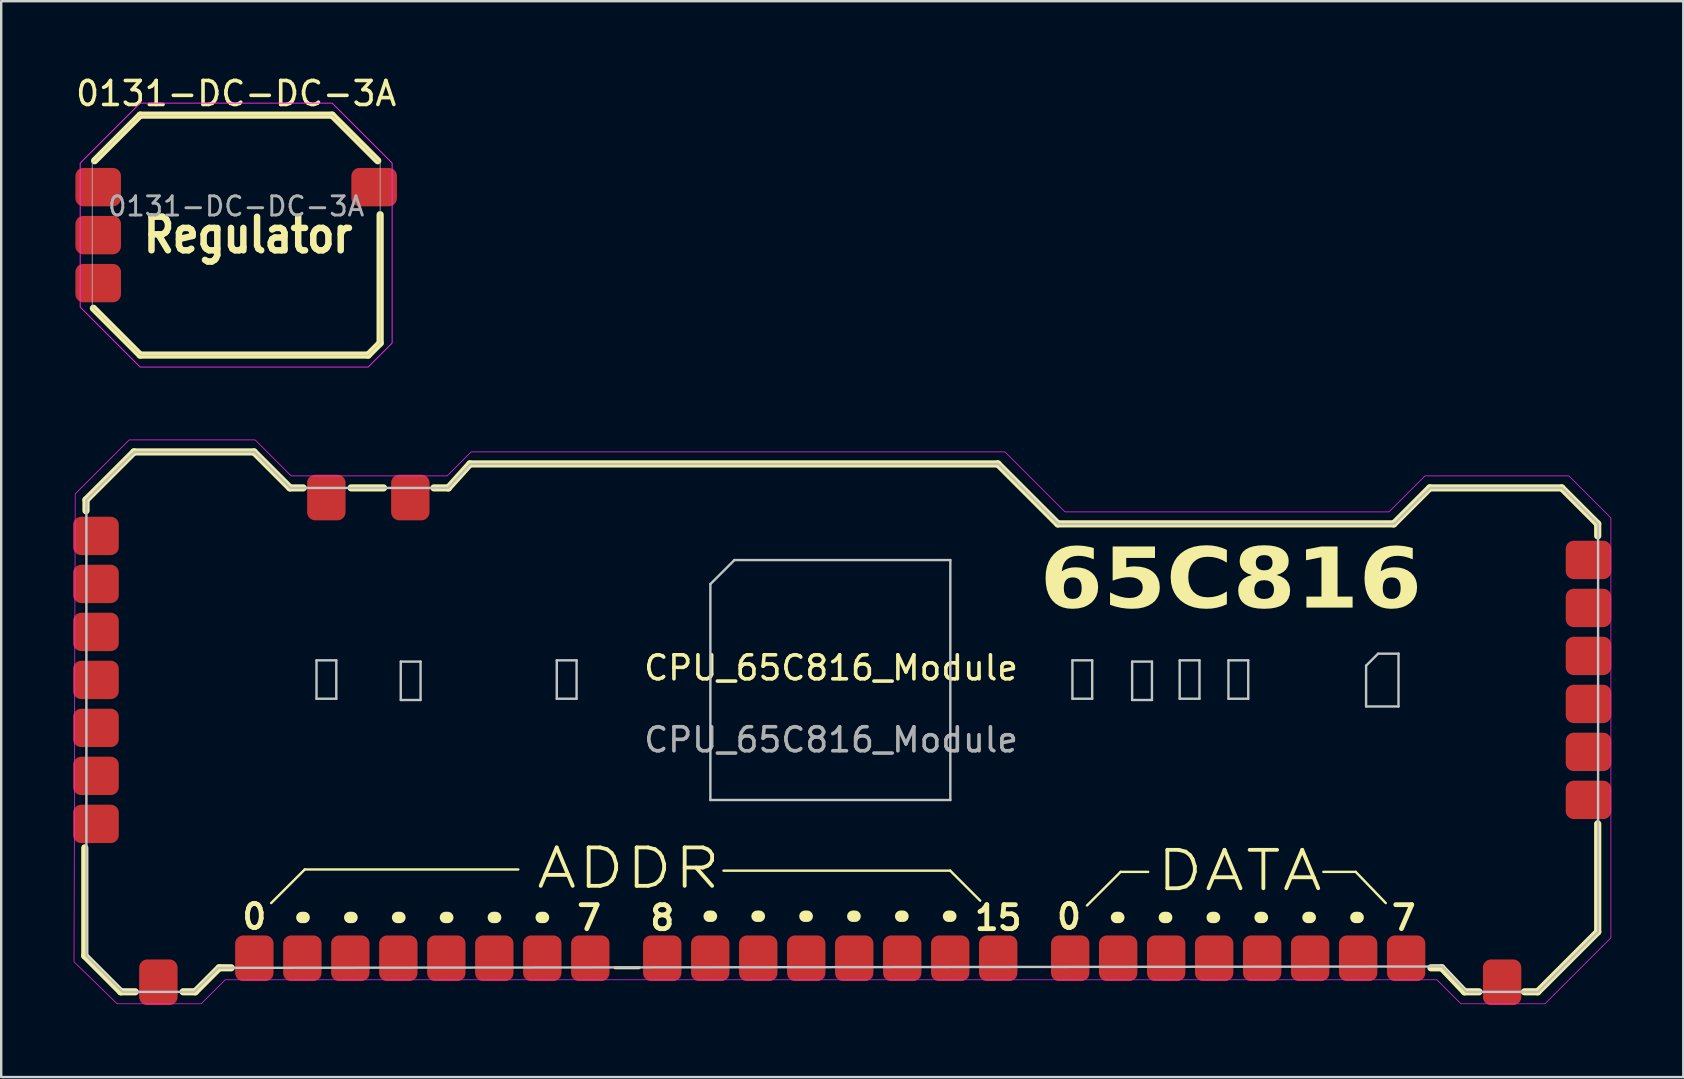
<source format=kicad_pcb>
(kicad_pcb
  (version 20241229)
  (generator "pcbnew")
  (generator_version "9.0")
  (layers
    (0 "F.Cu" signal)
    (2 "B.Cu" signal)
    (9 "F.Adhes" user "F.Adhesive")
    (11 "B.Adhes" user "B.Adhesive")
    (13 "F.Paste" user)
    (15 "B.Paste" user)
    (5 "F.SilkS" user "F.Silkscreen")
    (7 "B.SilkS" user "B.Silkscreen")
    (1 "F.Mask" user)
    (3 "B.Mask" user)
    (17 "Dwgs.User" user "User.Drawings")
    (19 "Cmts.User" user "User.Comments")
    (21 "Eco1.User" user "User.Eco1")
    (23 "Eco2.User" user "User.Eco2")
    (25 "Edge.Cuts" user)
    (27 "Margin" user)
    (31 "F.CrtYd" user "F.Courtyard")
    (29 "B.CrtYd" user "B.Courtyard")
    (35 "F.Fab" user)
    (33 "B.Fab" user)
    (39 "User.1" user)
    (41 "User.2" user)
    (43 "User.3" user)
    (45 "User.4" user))
  (footprint "0131-DC-DC-3A"
    (layer "F.Cu")
    (at 6.792 6.748)
    (property "Reference" "0131-DC-DC-3A" (at 0 -5.9 0) (unlocked yes) (layer "F.SilkS") (effects (font (size 1 1) (thickness 0.15))))
    (attr smd)
    (fp_line (start -5.95 3.05) (end -4 5) (stroke (width 0.3) (type default)) (layer "F.SilkS"))
    (fp_line (start -5.9 -3.1) (end -4 -5) (stroke (width 0.3) (type default)) (layer "F.SilkS"))
    (fp_line (start -4 -5) (end 4 -5) (stroke (width 0.3) (type default)) (layer "F.SilkS"))
    (fp_line (start -4 5) (end 5.5 5) (stroke (width 0.3) (type default)) (layer "F.SilkS"))
    (fp_line (start 4 -5) (end 5.9 -3.1) (stroke (width 0.3) (type default)) (layer "F.SilkS"))
    (fp_line (start 5.5 5) (end 6 4.5) (stroke (width 0.3) (type default)) (layer "F.SilkS"))
    (fp_line (start 6 4.5) (end 6 -0.85) (stroke (width 0.3) (type default)) (layer "F.SilkS"))
    (fp_poly (pts (xy -6 -3) (xy -4 -5) (xy 4 -5) (xy 6 -3) (xy 6 4.5) (xy 5.5 5) (xy -4 5) (xy -6 3)) (stroke (width 0.03) (type solid)) (fill no) (layer "Dwgs.User"))
    (fp_poly (pts (xy -4 -5.5) (xy 4 -5.5) (xy 6.5 -3) (xy 6.5 4.5) (xy 5.5 5.5) (xy -4 5.5) (xy -6.5 3) (xy -6.5 -3)) (stroke (width 0.04) (type solid)) (fill no) (layer "F.CrtYd"))
    (fp_text user "Regulator" (at 0.5 0 0) (unlocked yes) (layer "F.SilkS") (effects (font (size 1.4 1.2) (thickness 0.27) (bold yes))))
    (fp_text user "${REFERENCE}" (at 0 -1.2 0) (unlocked yes) (layer "F.Fab") (effects (font (size 0.8 0.8) (thickness 0.12))))
    (pad "1" smd roundrect (at -6 -2 180) (size 1.9 1.6) (drill (offset -0.25 0)) (layers "F.Cu" "F.Mask" "F.Paste") (roundrect_rratio 0.208))
    (pad "2" smd roundrect (at -6 0 180) (size 1.9 1.6) (drill (offset -0.25 0)) (layers "F.Cu" "F.Mask" "F.Paste") (roundrect_rratio 0.208))
    (pad "3" smd roundrect (at -6 2 180) (size 1.9 1.6) (drill (offset -0.25 0)) (layers "F.Cu" "F.Mask" "F.Paste") (roundrect_rratio 0.208))
    (pad "4" smd roundrect (at 6 -2) (size 1.9 1.6) (drill (offset -0.25 0)) (layers "F.Cu" "F.Mask" "F.Paste") (roundrect_rratio 0.208)))
  (footprint "CPU_65C816_Module"
    (layer "F.Cu")
    (at 31.584 25.283)
    (property "Reference" "CPU_65C816_Module" (at 0 -0.5 0) (unlocked yes) (layer "F.SilkS") (effects (font (size 1 1) (thickness 0.15))))
    (attr smd)
    (fp_line (start -31.1 7) (end -31.1 11.5) (stroke (width 0.3) (type default)) (layer "F.SilkS"))
    (fp_line (start -31.1 11.5) (end -29.6 13) (stroke (width 0.3) (type default)) (layer "F.SilkS"))
    (fp_line (start -31.05 -7.5) (end -31.05 -7.05) (stroke (width 0.3) (type default)) (layer "F.SilkS"))
    (fp_line (start -29.6 13) (end -29 13) (stroke (width 0.3) (type default)) (layer "F.SilkS"))
    (fp_line (start -29.05 -9.5) (end -31.05 -7.5) (stroke (width 0.3) (type default)) (layer "F.SilkS"))
    (fp_line (start -27 13) (end -26.5 13) (stroke (width 0.3) (type default)) (layer "F.SilkS"))
    (fp_line (start -26.5 13) (end -25.5 12) (stroke (width 0.3) (type default)) (layer "F.SilkS"))
    (fp_line (start -25.5 12) (end -25 12) (stroke (width 0.3) (type default)) (layer "F.SilkS"))
    (fp_line (start -24.05 -9.5) (end -29.05 -9.5) (stroke (width 0.3) (type default)) (layer "F.SilkS"))
    (fp_line (start -22.55 -8) (end -24.05 -9.5) (stroke (width 0.3) (type default)) (layer "F.SilkS"))
    (fp_line (start -22 -8) (end -22.55 -8) (stroke (width 0.3) (type default)) (layer "F.SilkS"))
    (fp_line (start -21.934 7.902) (end -23.334 9.302) (stroke (width 0.1) (type default)) (layer "F.SilkS"))
    (fp_line (start -18.65 -8) (end -20 -8) (stroke (width 0.3) (type default)) (layer "F.SilkS"))
    (fp_line (start -15.95 -8) (end -16.55 -8) (stroke (width 0.3) (type default)) (layer "F.SilkS"))
    (fp_line (start -15.05 -9) (end -15.95 -8) (stroke (width 0.3) (type default)) (layer "F.SilkS"))
    (fp_line (start -13.034 7.902) (end -21.934 7.902) (stroke (width 0.1) (type default)) (layer "F.SilkS"))
    (fp_line (start -11.984 9.902) (end -22.134 9.902) (stroke (width 0.475) (type dot)) (layer "F.SilkS"))
    (fp_line (start -9 12) (end -8 12) (stroke (width 0.12) (type default)) (layer "F.SilkS"))
    (fp_line (start -4.484 7.952) (end 4.966 7.952) (stroke (width 0.1) (type default)) (layer "F.SilkS"))
    (fp_line (start 4.966 7.952) (end 6.216 9.202) (stroke (width 0.1) (type default)) (layer "F.SilkS"))
    (fp_line (start 4.991 9.852) (end -5.159 9.852) (stroke (width 0.475) (type dot)) (layer "F.SilkS"))
    (fp_line (start 6.95 -9) (end -15.05 -9) (stroke (width 0.3) (type default)) (layer "F.SilkS"))
    (fp_line (start 9.45 -6.5) (end 6.95 -9) (stroke (width 0.3) (type default)) (layer "F.SilkS"))
    (fp_line (start 12.066 8.002) (end 10.666 9.402) (stroke (width 0.1) (type default)) (layer "F.SilkS"))
    (fp_line (start 13.216 8.002) (end 12.066 8.002) (stroke (width 0.1) (type default)) (layer "F.SilkS"))
    (fp_line (start 20.516 8.002) (end 21.866 8.002) (stroke (width 0.1) (type default)) (layer "F.SilkS"))
    (fp_line (start 21.866 8.002) (end 23.116 9.302) (stroke (width 0.1) (type default)) (layer "F.SilkS"))
    (fp_line (start 21.966 9.902) (end 11.816 9.902) (stroke (width 0.475) (type dot)) (layer "F.SilkS"))
    (fp_line (start 23.45 -6.5) (end 9.45 -6.5) (stroke (width 0.3) (type default)) (layer "F.SilkS"))
    (fp_line (start 24.95 -8) (end 23.45 -6.5) (stroke (width 0.3) (type default)) (layer "F.SilkS"))
    (fp_line (start 25 12) (end 25.45 12) (stroke (width 0.3) (type default)) (layer "F.SilkS"))
    (fp_line (start 25.45 12) (end 26.4 13) (stroke (width 0.3) (type default)) (layer "F.SilkS"))
    (fp_line (start 26.4 13) (end 27 13) (stroke (width 0.3) (type default)) (layer "F.SilkS"))
    (fp_line (start 28.9 13) (end 29.45 13) (stroke (width 0.3) (type default)) (layer "F.SilkS"))
    (fp_line (start 29.45 13) (end 31.95 10.5) (stroke (width 0.3) (type default)) (layer "F.SilkS"))
    (fp_line (start 30.45 -8) (end 24.95 -8) (stroke (width 0.3) (type default)) (layer "F.SilkS"))
    (fp_line (start 31.95 -6.5) (end 30.45 -8) (stroke (width 0.3) (type default)) (layer "F.SilkS"))
    (fp_line (start 31.95 -6) (end 31.95 -6.5) (stroke (width 0.3) (type default)) (layer "F.SilkS"))
    (fp_line (start 31.95 10.5) (end 31.95 6) (stroke (width 0.3) (type default)) (layer "F.SilkS"))
    (fp_line (start -21.444 -0.813) (end -20.619 -0.813) (stroke (width 0.1) (type solid)) (layer "Dwgs.User"))
    (fp_line (start -21.444 0.787) (end -21.444 -0.813) (stroke (width 0.1) (type solid)) (layer "Dwgs.User"))
    (fp_line (start -20.619 -0.813) (end -20.619 0.787) (stroke (width 0.1) (type solid)) (layer "Dwgs.User"))
    (fp_line (start -20.619 0.787) (end -21.444 0.787) (stroke (width 0.1) (type solid)) (layer "Dwgs.User"))
    (fp_line (start -17.932 -0.762) (end -17.107 -0.762) (stroke (width 0.1) (type solid)) (layer "Dwgs.User"))
    (fp_line (start -17.932 0.838) (end -17.932 -0.762) (stroke (width 0.1) (type solid)) (layer "Dwgs.User"))
    (fp_line (start -17.107 -0.762) (end -17.107 0.838) (stroke (width 0.1) (type solid)) (layer "Dwgs.User"))
    (fp_line (start -17.107 0.838) (end -17.932 0.838) (stroke (width 0.1) (type solid)) (layer "Dwgs.User"))
    (fp_line (start -11.43 -0.813) (end -10.605 -0.813) (stroke (width 0.1) (type solid)) (layer "Dwgs.User"))
    (fp_line (start -11.43 0.787) (end -11.43 -0.813) (stroke (width 0.1) (type solid)) (layer "Dwgs.User"))
    (fp_line (start -10.605 -0.813) (end -10.605 0.787) (stroke (width 0.1) (type solid)) (layer "Dwgs.User"))
    (fp_line (start -10.605 0.787) (end -11.43 0.787) (stroke (width 0.1) (type solid)) (layer "Dwgs.User"))
    (fp_line (start -5.029 -3.992) (end -4.029 -4.992) (stroke (width 0.1) (type solid)) (layer "Dwgs.User"))
    (fp_line (start -5.029 5.008) (end -5.029 -3.992) (stroke (width 0.1) (type solid)) (layer "Dwgs.User"))
    (fp_line (start -4.029 -4.992) (end 4.971 -4.992) (stroke (width 0.1) (type solid)) (layer "Dwgs.User"))
    (fp_line (start 4.971 -4.992) (end 4.971 5.008) (stroke (width 0.1) (type solid)) (layer "Dwgs.User"))
    (fp_line (start 4.971 5.008) (end -5.029 5.008) (stroke (width 0.1) (type solid)) (layer "Dwgs.User"))
    (fp_line (start 10.058 -0.813) (end 10.883 -0.813) (stroke (width 0.1) (type solid)) (layer "Dwgs.User"))
    (fp_line (start 10.058 0.787) (end 10.058 -0.813) (stroke (width 0.1) (type solid)) (layer "Dwgs.User"))
    (fp_line (start 10.883 -0.813) (end 10.883 0.787) (stroke (width 0.1) (type solid)) (layer "Dwgs.User"))
    (fp_line (start 10.883 0.787) (end 10.058 0.787) (stroke (width 0.1) (type solid)) (layer "Dwgs.User"))
    (fp_line (start 12.548 -0.762) (end 13.373 -0.762) (stroke (width 0.1) (type solid)) (layer "Dwgs.User"))
    (fp_line (start 12.548 0.838) (end 12.548 -0.762) (stroke (width 0.1) (type solid)) (layer "Dwgs.User"))
    (fp_line (start 13.373 -0.762) (end 13.373 0.838) (stroke (width 0.1) (type solid)) (layer "Dwgs.User"))
    (fp_line (start 13.373 0.838) (end 12.548 0.838) (stroke (width 0.1) (type solid)) (layer "Dwgs.User"))
    (fp_line (start 14.529 -0.813) (end 15.354 -0.813) (stroke (width 0.1) (type solid)) (layer "Dwgs.User"))
    (fp_line (start 14.529 0.787) (end 14.529 -0.813) (stroke (width 0.1) (type solid)) (layer "Dwgs.User"))
    (fp_line (start 15.354 -0.813) (end 15.354 0.787) (stroke (width 0.1) (type solid)) (layer "Dwgs.User"))
    (fp_line (start 15.354 0.787) (end 14.529 0.787) (stroke (width 0.1) (type solid)) (layer "Dwgs.User"))
    (fp_line (start 16.561 -0.813) (end 17.386 -0.813) (stroke (width 0.1) (type solid)) (layer "Dwgs.User"))
    (fp_line (start 16.561 0.787) (end 16.561 -0.813) (stroke (width 0.1) (type solid)) (layer "Dwgs.User"))
    (fp_line (start 17.386 -0.813) (end 17.386 0.787) (stroke (width 0.1) (type solid)) (layer "Dwgs.User"))
    (fp_line (start 17.386 0.787) (end 16.561 0.787) (stroke (width 0.1) (type solid)) (layer "Dwgs.User"))
    (fp_line (start 22.298 -0.592) (end 22.298 1.108) (stroke (width 0.1) (type solid)) (layer "Dwgs.User"))
    (fp_line (start 22.798 -1.092) (end 22.298 -0.592) (stroke (width 0.1) (type solid)) (layer "Dwgs.User"))
    (fp_line (start 23.648 -1.092) (end 22.798 -1.092) (stroke (width 0.1) (type solid)) (layer "Dwgs.User"))
    (fp_line (start 23.648 -1.092) (end 23.648 1.108) (stroke (width 0.1) (type solid)) (layer "Dwgs.User"))
    (fp_line (start 23.648 1.108) (end 22.298 1.108) (stroke (width 0.1) (type solid)) (layer "Dwgs.User"))
    (fp_poly (pts (xy -31.034 -7.498) (xy -29.034 -9.498) (xy -24.034 -9.498) (xy -22.534 -7.998) (xy -15.957 -7.998) (xy -15.034 -8.998) (xy 6.966 -8.998) (xy 9.466 -6.498) (xy 23.466 -6.498) (xy 24.966 -7.998) (xy 30.466 -7.998) (xy 31.966 -6.498) (xy 31.966 10.502) (xy 29.466 13.002) (xy 26.466 13.002) (xy 25.466 11.945) (xy -25.534 12.002) (xy -26.534 13.002) (xy -29.534 13.002) (xy -31.034 11.502)) (stroke (width 0.1) (type solid)) (fill no) (layer "Dwgs.User"))
    (fp_poly (pts (xy -24 -10) (xy -22.5 -8.5) (xy -16 -8.5) (xy -15 -9.5) (xy 7.25 -9.5) (xy 9.75 -7) (xy 23.25 -7) (xy 24.75 -8.5) (xy 30.75 -8.5) (xy 32.5 -6.75) (xy 32.5 10.75) (xy 29.75 13.5) (xy 26.25 13.5) (xy 25.25 12.5) (xy -25.25 12.5) (xy -26.25 13.5) (xy -29.75 13.5) (xy -31.55 11.75) (xy -31.5 -7.75) (xy -29.25 -10)) (stroke (width 0.03) (type solid)) (fill no) (layer "F.CrtYd"))
    (fp_text user "8" (at -7.034 10.502 0) (unlocked yes) (layer "F.SilkS") (effects (font (size 1 1) (thickness 0.2) (bold yes)) (justify bottom)))
    (fp_text user "65C816" (at 16.666 -4.048 0) (unlocked yes) (layer "F.SilkS") (effects (font (face "Arial Rounded MT Bold") (size 2.5 2.7) (thickness 0.4) (bold yes))))
    (fp_text user "DATA" (at 17.016 7.952 0) (unlocked yes) (layer "F.SilkS") (effects (font (size 1.6 2) (thickness 0.16))))
    (fp_text user "ADDR" (at -8.434 7.852 0) (unlocked yes) (layer "F.SilkS") (effects (font (size 1.6 2) (thickness 0.16))))
    (fp_text user "7" (at -10.084 10.502 0) (unlocked yes) (layer "F.SilkS") (effects (font (size 1 1) (thickness 0.2) (bold yes)) (justify bottom)))
    (fp_text user "7" (at 23.866 10.502 0) (unlocked yes) (layer "F.SilkS") (effects (font (size 1 1) (thickness 0.2) (bold yes)) (justify bottom)))
    (fp_text user "15" (at 6.966 10.502 0) (unlocked yes) (layer "F.SilkS") (effects (font (size 1 1) (thickness 0.2) (bold yes)) (justify bottom)))
    (fp_text user "0" (at 9.916 10.452 0) (unlocked yes) (layer "F.SilkS") (effects (font (size 1 1) (thickness 0.2) (bold yes)) (justify bottom)))
    (fp_text user "0" (at -24.034 10.452 0) (unlocked yes) (layer "F.SilkS") (effects (font (size 1 1) (thickness 0.2) (bold yes)) (justify bottom)))
    (fp_text user "${REFERENCE}" (at 0 2.5 0) (unlocked yes) (layer "F.Fab") (effects (font (size 1 1) (thickness 0.15))))
    (pad "1" smd roundrect (at -17.534 -7.998 90) (size 1.9 1.6) (drill (offset -0.4 0)) (layers "F.Cu" "F.Mask" "F.Paste") (roundrect_rratio 0.208))
    (pad "2" smd roundrect (at -21.034 -7.998 90) (size 1.9 1.6) (drill (offset -0.4 0)) (layers "F.Cu" "F.Mask" "F.Paste") (roundrect_rratio 0.208))
    (pad "3" smd roundrect (at -31.034 -5.998 180) (size 1.9 1.6) (drill (offset -0.4 0)) (layers "F.Cu" "F.Mask" "F.Paste") (roundrect_rratio 0.208) (padstack (mode custom) (layer "B.Cu" (shape roundrect) (size 1.9 1.6) (offset -0.4 0) (roundrect_rratio 0.208))))
    (pad "4" smd roundrect (at -31.034 -3.998 180) (size 1.9 1.6) (drill (offset -0.4 0)) (layers "F.Cu" "F.Mask" "F.Paste") (roundrect_rratio 0.208))
    (pad "5" smd roundrect (at -31.034 -1.998 180) (size 1.9 1.6) (drill (offset -0.4 0)) (layers "F.Cu" "F.Mask" "F.Paste") (roundrect_rratio 0.208))
    (pad "6" smd roundrect (at -31.034 0.002 180) (size 1.9 1.6) (drill (offset -0.4 0)) (layers "F.Cu" "F.Mask" "F.Paste") (roundrect_rratio 0.208))
    (pad "7" smd roundrect (at -31.034 2.002 180) (size 1.9 1.6) (drill (offset -0.4 0)) (layers "F.Cu" "F.Mask" "F.Paste") (roundrect_rratio 0.208))
    (pad "8" smd roundrect (at -31.034 4.002 180) (size 1.9 1.6) (drill (offset -0.4 0)) (layers "F.Cu" "F.Mask" "F.Paste") (roundrect_rratio 0.208))
    (pad "9" smd roundrect (at -31.034 6.002 180) (size 1.9 1.6) (drill (offset -0.4 0)) (layers "F.Cu" "F.Mask" "F.Paste") (roundrect_rratio 0.208))
    (pad "10" smd roundrect (at -28.034 13.002 270) (size 1.9 1.6) (drill (offset -0.4 0)) (layers "F.Cu" "F.Mask" "F.Paste") (roundrect_rratio 0.208))
    (pad "11" smd roundrect (at -24.034 12.002 90) (size 1.9 1.6) (drill (offset 0.4 0)) (layers "F.Cu" "F.Mask" "F.Paste") (roundrect_rratio 0.208))
    (pad "12" smd roundrect (at -22.034 12.002 90) (size 1.9 1.6) (drill (offset 0.4 0)) (layers "F.Cu" "F.Mask" "F.Paste") (roundrect_rratio 0.208))
    (pad "13" smd roundrect (at -20.034 12.002 90) (size 1.9 1.6) (drill (offset 0.4 0)) (layers "F.Cu" "F.Mask" "F.Paste") (roundrect_rratio 0.208))
    (pad "14" smd roundrect (at -18.034 12.002 90) (size 1.9 1.6) (drill (offset 0.4 0)) (layers "F.Cu" "F.Mask" "F.Paste") (roundrect_rratio 0.208))
    (pad "15" smd roundrect (at -16.034 12.002 90) (size 1.9 1.6) (drill (offset 0.4 0)) (layers "F.Cu" "F.Mask" "F.Paste") (roundrect_rratio 0.208))
    (pad "16" smd roundrect (at -14.034 12.002 90) (size 1.9 1.6) (drill (offset 0.4 0)) (layers "F.Cu" "F.Mask" "F.Paste") (roundrect_rratio 0.208))
    (pad "17" smd roundrect (at -12.034 12.002 90) (size 1.9 1.6) (drill (offset 0.4 0)) (layers "F.Cu" "F.Mask" "F.Paste") (roundrect_rratio 0.208))
    (pad "18" smd roundrect (at -10.034 12.002 90) (size 1.9 1.6) (drill (offset 0.4 0)) (layers "F.Cu" "F.Mask" "F.Paste") (roundrect_rratio 0.208))
    (pad "19" smd roundrect (at -7.034 12.002 90) (size 1.9 1.6) (drill (offset 0.4 0)) (layers "F.Cu" "F.Mask" "F.Paste") (roundrect_rratio 0.208))
    (pad "20" smd roundrect (at -5.034 12.002 90) (size 1.9 1.6) (drill (offset 0.4 0)) (layers "F.Cu" "F.Mask" "F.Paste") (roundrect_rratio 0.208))
    (pad "21" smd roundrect (at -3.034 12.002 90) (size 1.9 1.6) (drill (offset 0.4 0)) (layers "F.Cu" "F.Mask" "F.Paste") (roundrect_rratio 0.208))
    (pad "22" smd roundrect (at -1.034 12.002 90) (size 1.9 1.6) (drill (offset 0.4 0)) (layers "F.Cu" "F.Mask" "F.Paste") (roundrect_rratio 0.208))
    (pad "23" smd roundrect (at 0.966 12.002 90) (size 1.9 1.6) (drill (offset 0.4 0)) (layers "F.Cu" "F.Mask" "F.Paste") (roundrect_rratio 0.208))
    (pad "24" smd roundrect (at 2.966 12.002 90) (size 1.9 1.6) (drill (offset 0.4 0)) (layers "F.Cu" "F.Mask" "F.Paste") (roundrect_rratio 0.208))
    (pad "25" smd roundrect (at 4.966 12.002 90) (size 1.9 1.6) (drill (offset 0.4 0)) (layers "F.Cu" "F.Mask" "F.Paste") (roundrect_rratio 0.208))
    (pad "26" smd roundrect (at 6.966 12.002 90) (size 1.9 1.6) (drill (offset 0.4 0)) (layers "F.Cu" "F.Mask" "F.Paste") (roundrect_rratio 0.208))
    (pad "27" smd roundrect (at 9.966 12.002 90) (size 1.9 1.6) (drill (offset 0.4 0)) (layers "F.Cu" "F.Mask" "F.Paste") (roundrect_rratio 0.208))
    (pad "28" smd roundrect (at 11.966 12.002 90) (size 1.9 1.6) (drill (offset 0.4 0)) (layers "F.Cu" "F.Mask" "F.Paste") (roundrect_rratio 0.208))
    (pad "29" smd roundrect (at 13.966 12.002 90) (size 1.9 1.6) (drill (offset 0.4 0)) (layers "F.Cu" "F.Mask" "F.Paste") (roundrect_rratio 0.208))
    (pad "30" smd roundrect (at 15.966 12.002 90) (size 1.9 1.6) (drill (offset 0.4 0)) (layers "F.Cu" "F.Mask" "F.Paste") (roundrect_rratio 0.208))
    (pad "31" smd roundrect (at 17.966 12.002 90) (size 1.9 1.6) (drill (offset 0.4 0)) (layers "F.Cu" "F.Mask" "F.Paste") (roundrect_rratio 0.208))
    (pad "32" smd roundrect (at 19.966 12.002 90) (size 1.9 1.6) (drill (offset 0.4 0)) (layers "F.Cu" "F.Mask" "F.Paste") (roundrect_rratio 0.208))
    (pad "33" smd roundrect (at 21.966 12.002 90) (size 1.9 1.6) (drill (offset 0.4 0)) (layers "F.Cu" "F.Mask" "F.Paste") (roundrect_rratio 0.208))
    (pad "34" smd roundrect (at 23.966 12.002 90) (size 1.9 1.6) (drill (offset 0.4 0)) (layers "F.Cu" "F.Mask" "F.Paste") (roundrect_rratio 0.208))
    (pad "35" smd roundrect (at 27.966 13.002 270) (size 1.9 1.6) (drill (offset -0.4 0)) (layers "F.Cu" "F.Mask" "F.Paste") (roundrect_rratio 0.208))
    (pad "36" smd roundrect (at 31.966 5.002) (size 1.9 1.6) (drill (offset -0.4 0)) (layers "F.Cu" "F.Mask" "F.Paste") (roundrect_rratio 0.208))
    (pad "37" smd roundrect (at 31.966 3.002) (size 1.9 1.6) (drill (offset -0.4 0)) (layers "F.Cu" "F.Mask" "F.Paste") (roundrect_rratio 0.208))
    (pad "38" smd roundrect (at 31.966 1.002) (size 1.9 1.6) (drill (offset -0.4 0)) (layers "F.Cu" "F.Mask" "F.Paste") (roundrect_rratio 0.208))
    (pad "39" smd roundrect (at 31.966 -0.998) (size 1.9 1.6) (drill (offset -0.4 0)) (layers "F.Cu" "F.Mask" "F.Paste") (roundrect_rratio 0.208))
    (pad "40" smd roundrect (at 31.966 -2.998) (size 1.9 1.6) (drill (offset -0.4 0)) (layers "F.Cu" "F.Mask" "F.Paste") (roundrect_rratio 0.208))
    (pad "41" smd roundrect (at 31.966 -4.998) (size 1.9 1.6) (drill (offset -0.4 0)) (layers "F.Cu" "F.Mask" "F.Paste") (roundrect_rratio 0.208)))
  (gr_rect
    (start -3 -3)
    (end 67.1 41.836)
    (stroke (width 0.1) (type default))
    (fill no)
    (layer "Edge.Cuts")))
</source>
